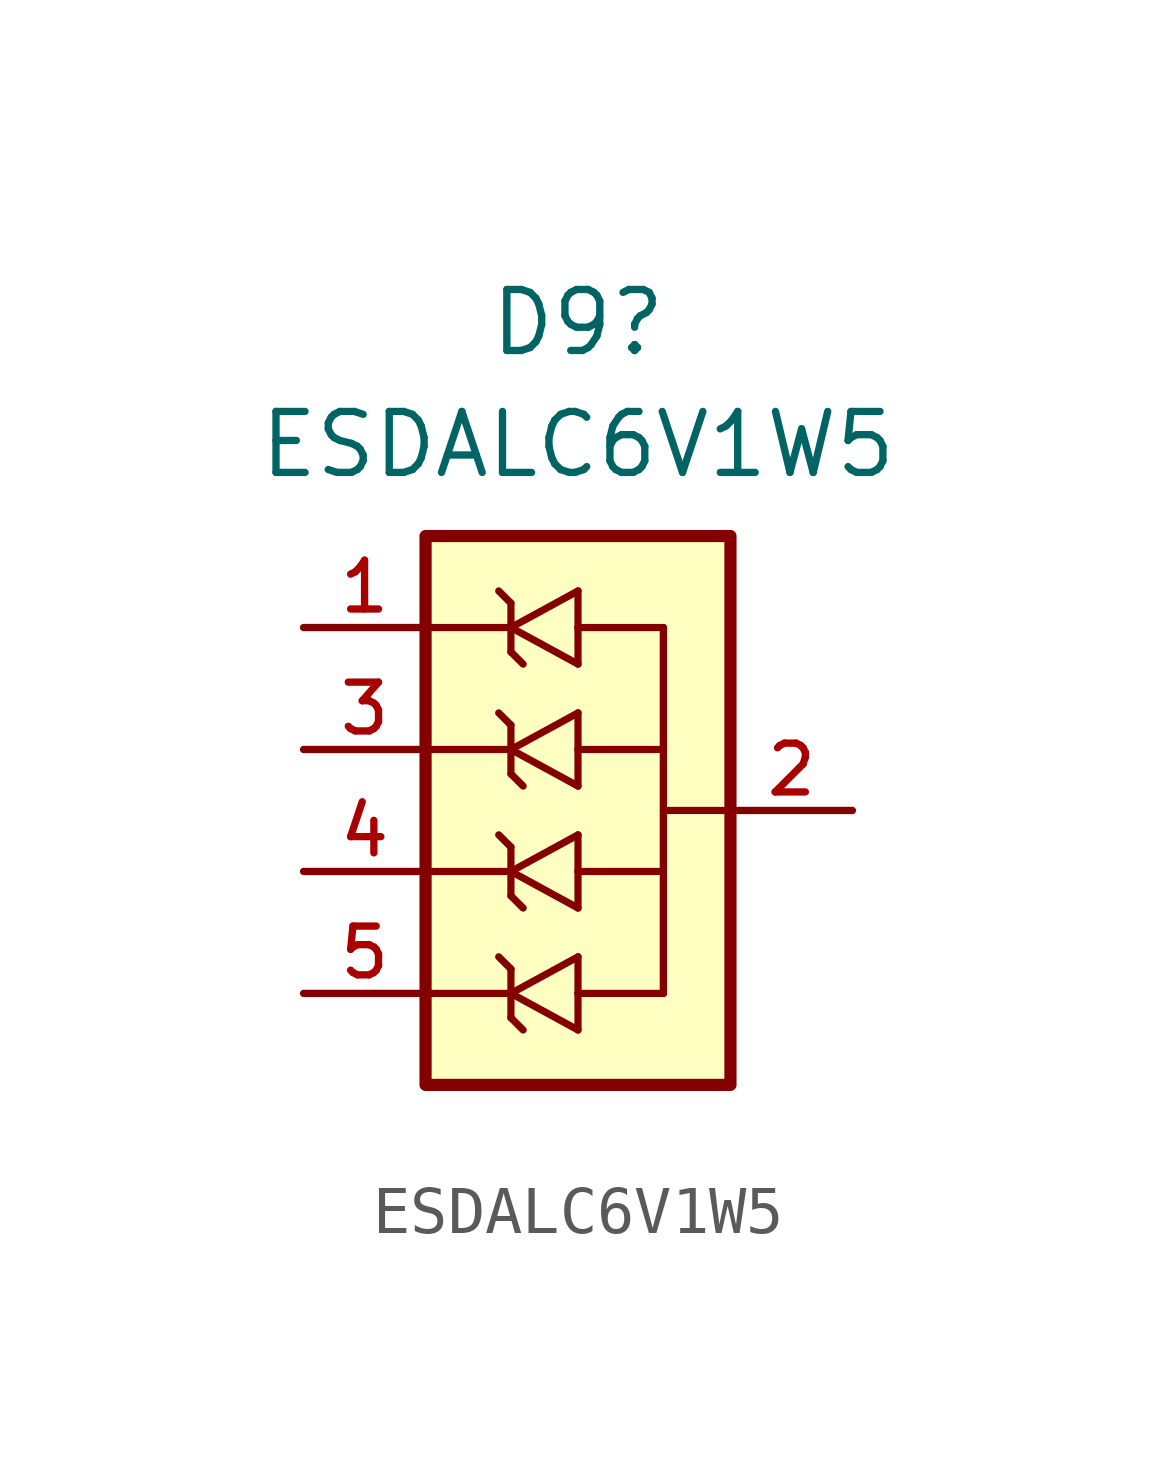
<source format=kicad_sym>
(kicad_symbol_lib
  (version 20231120)
  (generator "kicad_symbol_editor")
  (generator_version "8.0")
  (symbol "ESDALC6V1W5"
    (pin_names
      (offset 1.016))
    (property "Reference" "D9"
      (at 0.635 10.16 0)
      (effects (font (size 1.27 1.27))))
    (property "Value" "ESDALC6V1W5"
      (at 0.635 7.62 0)
      (effects (font (size 1.27 1.27))))
    (symbol "ESDALC6V1W5_0_0"
      (rectangle (start -2.54 5.715) (end 3.81 -5.715) (stroke (width 0.254) (type default)) (fill (type background)))
      (pin passive line (at -5.08 3.81 0) (length 2.54) (name "~" (effects (font (size 1.016 1.016)))) (number "1" (effects (font (size 1.016 1.016)))))
      (pin passive line (at 6.35 0 180) (length 2.54) (name "~" (effects (font (size 1.016 1.016)))) (number "2" (effects (font (size 1.016 1.016))))))
    (symbol "ESDALC6V1W5_0_1"
      (polyline (pts (xy 2.413 3.81) (xy 2.413 -3.81)) (stroke (width 0) (type default)) (fill (type none))))
    (symbol "ESDALC6V1W5_1_0"
      (polyline (pts (xy -2.54 -3.81) (xy -0.762 -3.81)) (stroke (width 0.15) (type default)) (fill (type none)))
      (polyline (pts (xy -2.54 -1.27) (xy -0.762 -1.27)) (stroke (width 0.15) (type default)) (fill (type none)))
      (polyline (pts (xy -2.54 1.27) (xy -0.762 1.27)) (stroke (width 0.15) (type default)) (fill (type none)))
      (polyline (pts (xy -2.54 3.81) (xy -0.762 3.81)) (stroke (width 0.15) (type default)) (fill (type none)))
      (polyline (pts (xy -1.016 -3.048) (xy -0.762 -3.302)) (stroke (width 0.15) (type default)) (fill (type none)))
      (polyline (pts (xy -1.016 -0.508) (xy -0.762 -0.762)) (stroke (width 0.15) (type default)) (fill (type none)))
      (polyline (pts (xy -1.016 2.032) (xy -0.762 1.778)) (stroke (width 0.15) (type default)) (fill (type none)))
      (polyline (pts (xy -1.016 4.572) (xy -0.762 4.318)) (stroke (width 0.15) (type default)) (fill (type none)))
      (polyline (pts (xy -0.762 -4.318) (xy -0.762 -3.81)) (stroke (width 0.15) (type default)) (fill (type none)))
      (polyline (pts (xy -0.762 -3.81) (xy 0.635 -4.572)) (stroke (width 0.15) (type default)) (fill (type none)))
      (polyline (pts (xy -0.762 -3.302) (xy -0.762 -3.81)) (stroke (width 0.15) (type default)) (fill (type none)))
      (polyline (pts (xy -0.762 -1.778) (xy -0.762 -1.27)) (stroke (width 0.15) (type default)) (fill (type none)))
      (polyline (pts (xy -0.762 -1.27) (xy 0.635 -2.032)) (stroke (width 0.15) (type default)) (fill (type none)))
      (polyline (pts (xy -0.762 -0.762) (xy -0.762 -1.27)) (stroke (width 0.15) (type default)) (fill (type none)))
      (polyline (pts (xy -0.762 0.762) (xy -0.762 1.27)) (stroke (width 0.15) (type default)) (fill (type none)))
      (polyline (pts (xy -0.762 1.27) (xy 0.635 0.508)) (stroke (width 0.15) (type default)) (fill (type none)))
      (polyline (pts (xy -0.762 1.778) (xy -0.762 1.27)) (stroke (width 0.15) (type default)) (fill (type none)))
      (polyline (pts (xy -0.762 3.302) (xy -0.762 3.81)) (stroke (width 0.15) (type default)) (fill (type none)))
      (polyline (pts (xy -0.762 3.81) (xy 0.635 3.048)) (stroke (width 0.15) (type default)) (fill (type none)))
      (polyline (pts (xy -0.762 4.318) (xy -0.762 3.81)) (stroke (width 0.15) (type default)) (fill (type none)))
      (polyline (pts (xy -0.508 -4.572) (xy -0.762 -4.318)) (stroke (width 0.15) (type default)) (fill (type none)))
      (polyline (pts (xy -0.508 -2.032) (xy -0.762 -1.778)) (stroke (width 0.15) (type default)) (fill (type none)))
      (polyline (pts (xy -0.508 0.508) (xy -0.762 0.762)) (stroke (width 0.15) (type default)) (fill (type none)))
      (polyline (pts (xy -0.508 3.048) (xy -0.762 3.302)) (stroke (width 0.15) (type default)) (fill (type none)))
      (polyline (pts (xy 0.635 -4.572) (xy 0.635 -3.81)) (stroke (width 0.15) (type default)) (fill (type none)))
      (polyline (pts (xy 0.635 -3.81) (xy 0.635 -3.048)) (stroke (width 0.15) (type default)) (fill (type none)))
      (polyline (pts (xy 0.635 -3.81) (xy 2.413 -3.81)) (stroke (width 0.15) (type default)) (fill (type none)))
      (polyline (pts (xy 0.635 -3.048) (xy -0.762 -3.81)) (stroke (width 0.15) (type default)) (fill (type none)))
      (polyline (pts (xy 0.635 -2.032) (xy 0.635 -1.27)) (stroke (width 0.15) (type default)) (fill (type none)))
      (polyline (pts (xy 0.635 -1.27) (xy 0.635 -0.508)) (stroke (width 0.15) (type default)) (fill (type none)))
      (polyline (pts (xy 0.635 -1.27) (xy 2.413 -1.27)) (stroke (width 0.15) (type default)) (fill (type none)))
      (polyline (pts (xy 0.635 -0.508) (xy -0.762 -1.27)) (stroke (width 0.15) (type default)) (fill (type none)))
      (polyline (pts (xy 0.635 0.508) (xy 0.635 1.27)) (stroke (width 0.15) (type default)) (fill (type none)))
      (polyline (pts (xy 0.635 1.27) (xy 0.635 2.032)) (stroke (width 0.15) (type default)) (fill (type none)))
      (polyline (pts (xy 0.635 1.27) (xy 2.413 1.27)) (stroke (width 0.15) (type default)) (fill (type none)))
      (polyline (pts (xy 0.635 2.032) (xy -0.762 1.27)) (stroke (width 0.15) (type default)) (fill (type none)))
      (polyline (pts (xy 0.635 3.048) (xy 0.635 3.81)) (stroke (width 0.15) (type default)) (fill (type none)))
      (polyline (pts (xy 0.635 3.81) (xy 0.635 4.572)) (stroke (width 0.15) (type default)) (fill (type none)))
      (polyline (pts (xy 0.635 3.81) (xy 2.413 3.81)) (stroke (width 0.15) (type default)) (fill (type none)))
      (polyline (pts (xy 0.635 4.572) (xy -0.762 3.81)) (stroke (width 0.15) (type default)) (fill (type none)))
      (polyline (pts (xy 3.81 0) (xy 2.413 0)) (stroke (width 0.15) (type default)) (fill (type none)))
      (pin passive line (at -5.08 1.27 0) (length 2.54) (name "~" (effects (font (size 1.016 1.016)))) (number "3" (effects (font (size 1.016 1.016)))))
      (pin passive line (at -5.08 -1.27 0) (length 2.54) (name "~" (effects (font (size 1.016 1.016)))) (number "4" (effects (font (size 1.016 1.016)))))
      (pin passive line (at -5.08 -3.81 0) (length 2.54) (name "~" (effects (font (size 1.016 1.016)))) (number "5" (effects (font (size 1.016 1.016))))))))
</source>
